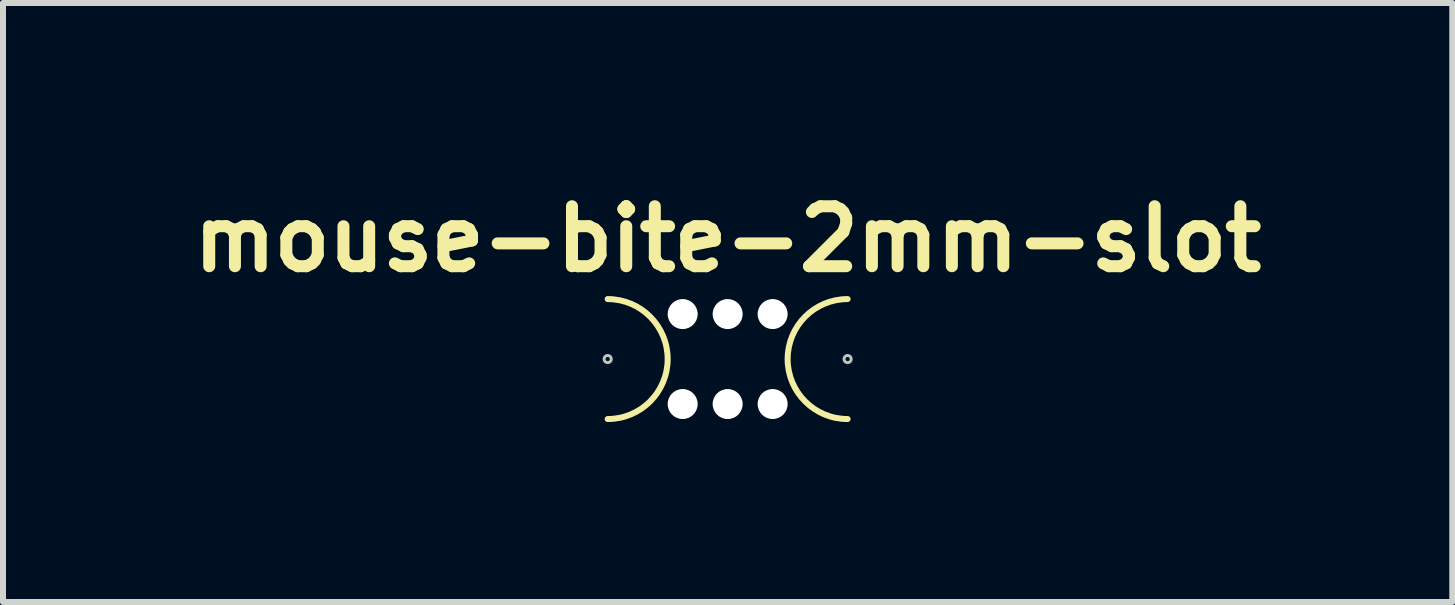
<source format=kicad_pcb>
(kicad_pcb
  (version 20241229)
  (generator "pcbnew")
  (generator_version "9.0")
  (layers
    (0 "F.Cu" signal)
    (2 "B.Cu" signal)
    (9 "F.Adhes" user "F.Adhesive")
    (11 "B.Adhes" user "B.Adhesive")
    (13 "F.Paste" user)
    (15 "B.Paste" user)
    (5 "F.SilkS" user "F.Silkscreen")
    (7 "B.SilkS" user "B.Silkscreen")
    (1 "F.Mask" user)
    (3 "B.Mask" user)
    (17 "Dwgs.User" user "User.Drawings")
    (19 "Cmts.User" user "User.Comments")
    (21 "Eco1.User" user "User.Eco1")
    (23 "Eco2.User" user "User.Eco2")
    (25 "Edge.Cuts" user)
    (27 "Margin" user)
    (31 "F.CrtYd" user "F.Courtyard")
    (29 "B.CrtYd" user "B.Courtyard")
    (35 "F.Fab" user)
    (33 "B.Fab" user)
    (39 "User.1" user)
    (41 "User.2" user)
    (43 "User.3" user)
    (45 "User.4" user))
  (footprint "mouse-bite-2mm-slot"
    (layer "F.Cu")
    (at 9.081 2.936)
    (property "Reference" "mouse-bite-2mm-slot" (at 0 -2 0) (layer "F.SilkS") (effects (font (size 1 1) (thickness 0.2))))
    (attr through_hole board_only exclude_from_bom allow_missing_courtyard)
    (fp_arc (start -2 -1) (mid -1 0) (end -2 1) (stroke (width 0.1) (type solid)) (layer "F.SilkS"))
    (fp_arc (start 2 1) (mid 1 0) (end 2 -1) (stroke (width 0.1) (type solid)) (layer "F.SilkS"))
    (fp_circle (center -2 0) (end -2 -0.06) (stroke (width 0.05) (type solid)) (fill no) (layer "Dwgs.User"))
    (fp_circle (center 2 0) (end 2.06 0) (stroke (width 0.05) (type solid)) (fill no) (layer "Dwgs.User"))
    (fp_line (start -2 0) (end -2 0) (stroke (width 2) (type solid)) (layer "Eco1.User"))
    (fp_line (start 2 0) (end 2 0) (stroke (width 2) (type solid)) (layer "Eco1.User"))
    (pad "" np_thru_hole circle (at -0.75 -0.75) (size 0.5 0.5) (drill 0.5) (layers "*.Cu" "*.Mask"))
    (pad "" np_thru_hole circle (at -0.75 0.75) (size 0.5 0.5) (drill 0.5) (layers "*.Cu" "*.Mask"))
    (pad "" np_thru_hole circle (at 0 -0.75) (size 0.5 0.5) (drill 0.5) (layers "*.Cu" "*.Mask"))
    (pad "" np_thru_hole circle (at 0 0.75) (size 0.5 0.5) (drill 0.5) (layers "*.Cu" "*.Mask"))
    (pad "" np_thru_hole circle (at 0.75 -0.75) (size 0.5 0.5) (drill 0.5) (layers "*.Cu" "*.Mask"))
    (pad "" np_thru_hole circle (at 0.75 0.75) (size 0.5 0.5) (drill 0.5) (layers "*.Cu" "*.Mask")))
  (gr_rect
    (start -3 -3)
    (end 21.162 6.986)
    (stroke (width 0.1) (type default))
    (fill no)
    (layer "Edge.Cuts")))
</source>
